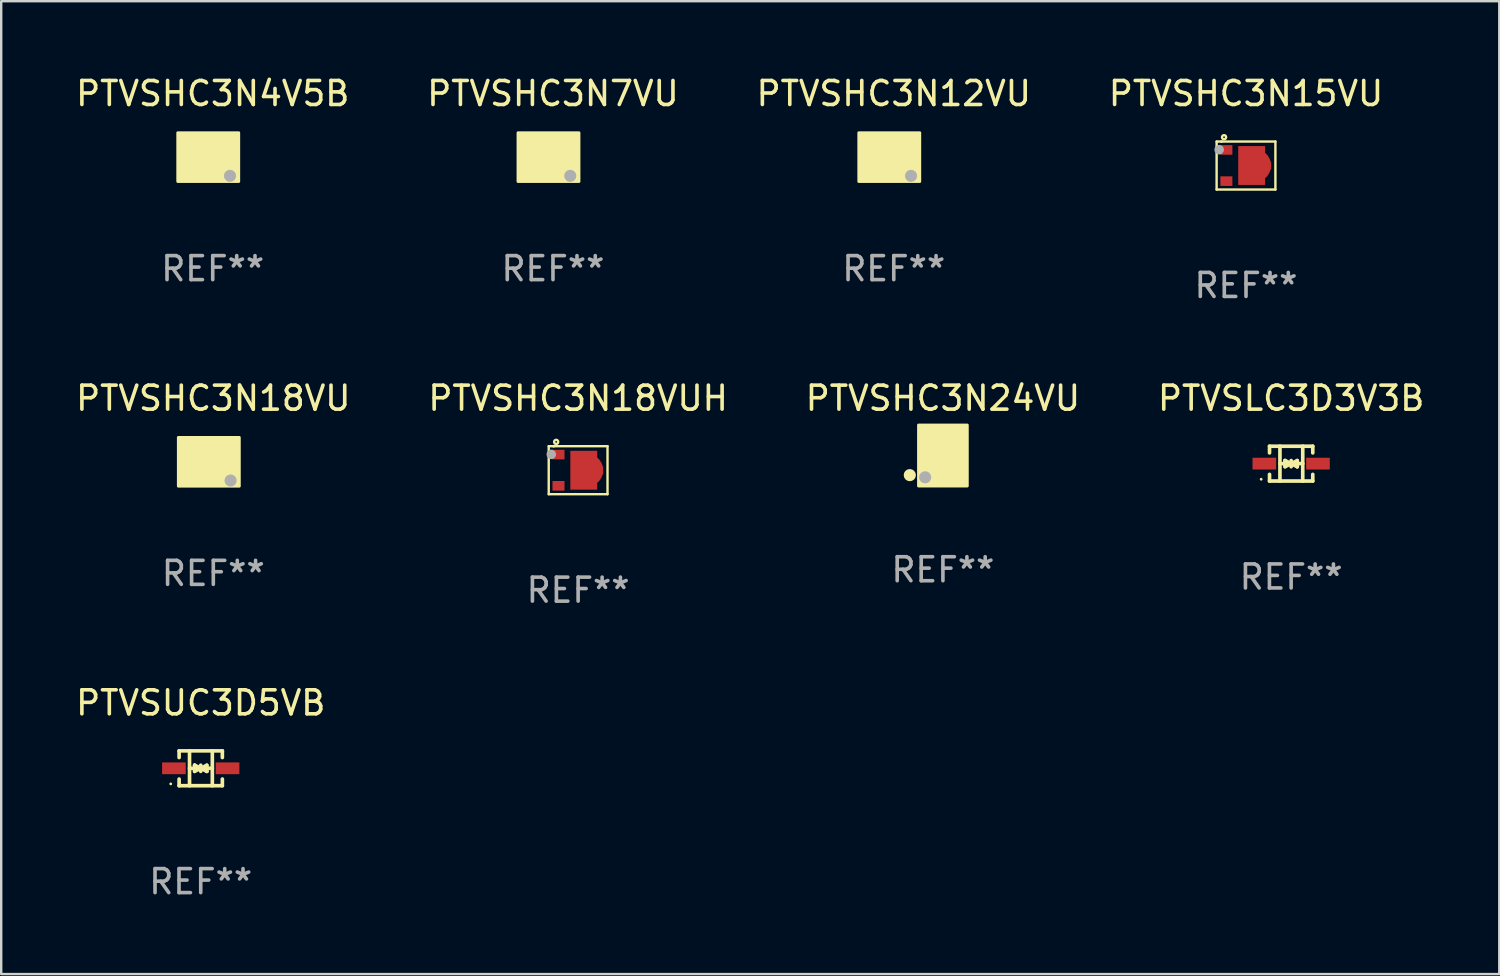
<source format=kicad_pcb>
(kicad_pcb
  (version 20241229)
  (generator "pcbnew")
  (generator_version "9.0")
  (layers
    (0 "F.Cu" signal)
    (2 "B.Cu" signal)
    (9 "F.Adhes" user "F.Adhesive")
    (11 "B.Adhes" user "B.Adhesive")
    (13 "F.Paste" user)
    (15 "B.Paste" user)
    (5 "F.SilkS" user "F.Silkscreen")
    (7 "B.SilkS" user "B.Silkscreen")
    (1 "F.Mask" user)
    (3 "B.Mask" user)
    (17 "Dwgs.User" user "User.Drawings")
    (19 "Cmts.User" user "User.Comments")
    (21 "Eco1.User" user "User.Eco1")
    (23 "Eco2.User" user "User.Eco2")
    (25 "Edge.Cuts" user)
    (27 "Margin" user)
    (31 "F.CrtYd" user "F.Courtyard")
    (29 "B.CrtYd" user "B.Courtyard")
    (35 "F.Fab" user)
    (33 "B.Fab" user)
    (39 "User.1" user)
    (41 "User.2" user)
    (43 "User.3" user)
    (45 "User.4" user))
  (footprint "PTVSHC3N12VU"
    (layer "F.Cu")
    (at 34.196 3.498)
    (property "Reference" "PTVSHC3N12VU" (at 0 -2.65 0) (layer "F.SilkS") (effects (font (size 1 1) (thickness 0.15))))
    (attr through_hole)
    (fp_circle (center 0.775 1) (end 0.805 1) (stroke (width 0.06) (type solid)) (fill no) (layer "F.SilkS"))
    (fp_poly (pts (xy -1.457 -1.016) (xy 1.083 -1.016) (xy 1.083 1.016) (xy -1.457 1.016)) (stroke (width 0.12) (type solid)) (fill yes) (layer "F.SilkS"))
    (fp_circle (center 0.72 0.78) (end 0.847 0.78) (stroke (width 0.254) (type solid)) (fill no) (layer "F.Fab"))
    (fp_text user "REF**" (at 0 4.65 0) (layer "F.Fab") (effects (font (size 1 1) (thickness 0.15))))
    (pad "1" smd rect (at 0.575 0.65 270) (size 0.4 0.5) (layers "F.Cu" "F.Mask" "F.Paste"))
    (pad "2" smd rect (at 0.575 -0.65 270) (size 0.4 0.5) (layers "F.Cu" "F.Mask" "F.Paste"))
    (pad "3" smd rect (at -0.575 0 270) (size 1.6 1.4) (layers "F.Cu" "F.Mask" "F.Paste")))
  (footprint "PTVSUC3D5VB"
    (layer "F.Cu")
    (at 5.315 28.967)
    (property "Reference" "PTVSUC3D5VB" (at 0 -2.726 0) (layer "F.SilkS") (effects (font (size 1 1) (thickness 0.15))))
    (attr through_hole)
    (fp_line (start -0.901 -0.726) (end -0.901 -0.448) (stroke (width 0.152) (type solid)) (layer "F.SilkS"))
    (fp_line (start -0.901 0.726) (end -0.901 0.448) (stroke (width 0.152) (type solid)) (layer "F.SilkS"))
    (fp_line (start -0.467 0) (end 0.483 -0.003) (stroke (width 0.154) (type solid)) (layer "F.SilkS"))
    (fp_line (start -0.467 0.726) (end -0.467 -0.726) (stroke (width 0.152) (type solid)) (layer "F.SilkS"))
    (fp_line (start -0.254 -0.127) (end -0.254 -0.127) (stroke (width 0.154) (type solid)) (layer "F.SilkS"))
    (fp_line (start -0.254 -0.127) (end -0.002 -0.003) (stroke (width 0.154) (type solid)) (layer "F.SilkS"))
    (fp_line (start -0.254 0.127) (end -0.254 -0.127) (stroke (width 0.154) (type solid)) (layer "F.SilkS"))
    (fp_line (start -0.127 0) (end 0.003 0) (stroke (width 0.154) (type solid)) (layer "F.SilkS"))
    (fp_line (start -0.003 0) (end -0.254 0.127) (stroke (width 0.154) (type solid)) (layer "F.SilkS"))
    (fp_line (start 0 -0.127) (end 0 0.127) (stroke (width 0.154) (type solid)) (layer "F.SilkS"))
    (fp_line (start 0.003 0) (end 0.254 -0.127) (stroke (width 0.154) (type solid)) (layer "F.SilkS"))
    (fp_line (start 0.127 0) (end -0.003 0) (stroke (width 0.154) (type solid)) (layer "F.SilkS"))
    (fp_line (start 0.254 -0.127) (end 0.254 0.127) (stroke (width 0.154) (type solid)) (layer "F.SilkS"))
    (fp_line (start 0.254 0.127) (end 0.002 0.003) (stroke (width 0.154) (type solid)) (layer "F.SilkS"))
    (fp_line (start 0.254 0.127) (end 0.254 0.127) (stroke (width 0.154) (type solid)) (layer "F.SilkS"))
    (fp_line (start 0.483 0.726) (end 0.483 -0.726) (stroke (width 0.152) (type solid)) (layer "F.SilkS"))
    (fp_line (start 0.901 -0.726) (end -0.901 -0.726) (stroke (width 0.152) (type solid)) (layer "F.SilkS"))
    (fp_line (start 0.901 -0.726) (end 0.901 -0.448) (stroke (width 0.152) (type solid)) (layer "F.SilkS"))
    (fp_line (start 0.901 0.726) (end -0.901 0.726) (stroke (width 0.152) (type solid)) (layer "F.SilkS"))
    (fp_line (start 0.901 0.726) (end 0.901 0.448) (stroke (width 0.152) (type solid)) (layer "F.SilkS"))
    (fp_circle (center -1.25 0.65) (end -1.22 0.65) (stroke (width 0.06) (type solid)) (fill no) (layer "F.SilkS"))
    (fp_text user "REF**" (at 0 4.726 0) (layer "F.Fab") (effects (font (size 1 1) (thickness 0.15))))
    (pad "1" smd rect (at -1.118 0) (size 0.985 0.49) (layers "F.Cu" "F.Mask" "F.Paste"))
    (pad "2" smd rect (at 1.118 0) (size 0.985 0.49) (layers "F.Cu" "F.Mask" "F.Paste")))
  (footprint "PTVSHC3N18VU"
    (layer "F.Cu")
    (at 5.839 16.195)
    (property "Reference" "PTVSHC3N18VU" (at 0 -2.65 0) (layer "F.SilkS") (effects (font (size 1 1) (thickness 0.15))))
    (attr through_hole)
    (fp_circle (center 0.775 1) (end 0.805 1) (stroke (width 0.06) (type solid)) (fill no) (layer "F.SilkS"))
    (fp_poly (pts (xy -1.457 -1.016) (xy 1.083 -1.016) (xy 1.083 1.016) (xy -1.457 1.016)) (stroke (width 0.12) (type solid)) (fill yes) (layer "F.SilkS"))
    (fp_circle (center 0.72 0.78) (end 0.847 0.78) (stroke (width 0.254) (type solid)) (fill no) (layer "F.Fab"))
    (fp_text user "REF**" (at 0 4.65 0) (layer "F.Fab") (effects (font (size 1 1) (thickness 0.15))))
    (pad "1" smd rect (at 0.575 0.65 270) (size 0.4 0.5) (layers "F.Cu" "F.Mask" "F.Paste"))
    (pad "2" smd rect (at 0.575 -0.65 270) (size 0.4 0.5) (layers "F.Cu" "F.Mask" "F.Paste"))
    (pad "3" smd rect (at -0.575 0 270) (size 1.6 1.4) (layers "F.Cu" "F.Mask" "F.Paste")))
  (footprint "PTVSHC3N24VU"
    (layer "F.Cu")
    (at 36.244 16.12)
    (property "Reference" "PTVSHC3N24VU" (at 0 -2.575 0) (layer "F.SilkS") (effects (font (size 1 1) (thickness 0.15))))
    (attr through_hole)
    (fp_circle (center -1.38 0.63) (end -1.253 0.63) (stroke (width 0.254) (type solid)) (fill no) (layer "F.SilkS"))
    (fp_circle (center -1 0.77) (end -0.97 0.77) (stroke (width 0.06) (type solid)) (fill no) (layer "F.SilkS"))
    (fp_poly (pts (xy -1.016 -1.457) (xy 1.016 -1.457) (xy 1.016 1.083) (xy -1.016 1.083)) (stroke (width 0.12) (type solid)) (fill yes) (layer "F.SilkS"))
    (fp_circle (center -0.74 0.72) (end -0.613 0.72) (stroke (width 0.254) (type solid)) (fill no) (layer "F.Fab"))
    (fp_text user "REF**" (at 0 4.575 0) (layer "F.Fab") (effects (font (size 1 1) (thickness 0.15))))
    (pad "1" smd rect (at -0.65 0.575 180) (size 0.4 0.5) (layers "F.Cu" "F.Mask" "F.Paste"))
    (pad "2" smd rect (at 0.65 0.575 180) (size 0.4 0.5) (layers "F.Cu" "F.Mask" "F.Paste"))
    (pad "3" smd rect (at 0 -0.575 180) (size 1.6 1.4) (layers "F.Cu" "F.Mask" "F.Paste")))
  (footprint "PTVSHC3N4V5B"
    (layer "F.Cu")
    (at 5.815 3.498)
    (property "Reference" "PTVSHC3N4V5B" (at 0 -2.65 0) (layer "F.SilkS") (effects (font (size 1 1) (thickness 0.15))))
    (attr through_hole)
    (fp_circle (center 0.775 1) (end 0.805 1) (stroke (width 0.06) (type solid)) (fill no) (layer "F.SilkS"))
    (fp_poly (pts (xy -1.457 -1.016) (xy 1.083 -1.016) (xy 1.083 1.016) (xy -1.457 1.016)) (stroke (width 0.12) (type solid)) (fill yes) (layer "F.SilkS"))
    (fp_circle (center 0.72 0.78) (end 0.847 0.78) (stroke (width 0.254) (type solid)) (fill no) (layer "F.Fab"))
    (fp_text user "REF**" (at 0 4.65 0) (layer "F.Fab") (effects (font (size 1 1) (thickness 0.15))))
    (pad "1" smd rect (at 0.575 0.65 270) (size 0.4 0.5) (layers "F.Cu" "F.Mask" "F.Paste"))
    (pad "2" smd rect (at 0.575 -0.65 270) (size 0.4 0.5) (layers "F.Cu" "F.Mask" "F.Paste"))
    (pad "3" smd rect (at -0.575 0 270) (size 1.6 1.4) (layers "F.Cu" "F.Mask" "F.Paste")))
  (footprint "PTVSLC3D3V3B"
    (layer "F.Cu")
    (at 50.756 16.271)
    (property "Reference" "PTVSLC3D3V3B" (at 0 -2.726 0) (layer "F.SilkS") (effects (font (size 1 1) (thickness 0.15))))
    (attr through_hole)
    (fp_line (start -0.901 -0.726) (end -0.901 -0.448) (stroke (width 0.152) (type solid)) (layer "F.SilkS"))
    (fp_line (start -0.901 0.726) (end -0.901 0.448) (stroke (width 0.152) (type solid)) (layer "F.SilkS"))
    (fp_line (start -0.467 0) (end 0.483 -0.003) (stroke (width 0.154) (type solid)) (layer "F.SilkS"))
    (fp_line (start -0.467 0.726) (end -0.467 -0.726) (stroke (width 0.152) (type solid)) (layer "F.SilkS"))
    (fp_line (start -0.254 -0.127) (end -0.254 -0.127) (stroke (width 0.154) (type solid)) (layer "F.SilkS"))
    (fp_line (start -0.254 -0.127) (end -0.002 -0.003) (stroke (width 0.154) (type solid)) (layer "F.SilkS"))
    (fp_line (start -0.254 0.127) (end -0.254 -0.127) (stroke (width 0.154) (type solid)) (layer "F.SilkS"))
    (fp_line (start -0.127 0) (end 0.003 0) (stroke (width 0.154) (type solid)) (layer "F.SilkS"))
    (fp_line (start -0.003 0) (end -0.254 0.127) (stroke (width 0.154) (type solid)) (layer "F.SilkS"))
    (fp_line (start 0 -0.127) (end 0 0.127) (stroke (width 0.154) (type solid)) (layer "F.SilkS"))
    (fp_line (start 0.003 0) (end 0.254 -0.127) (stroke (width 0.154) (type solid)) (layer "F.SilkS"))
    (fp_line (start 0.127 0) (end -0.003 0) (stroke (width 0.154) (type solid)) (layer "F.SilkS"))
    (fp_line (start 0.254 -0.127) (end 0.254 0.127) (stroke (width 0.154) (type solid)) (layer "F.SilkS"))
    (fp_line (start 0.254 0.127) (end 0.002 0.003) (stroke (width 0.154) (type solid)) (layer "F.SilkS"))
    (fp_line (start 0.254 0.127) (end 0.254 0.127) (stroke (width 0.154) (type solid)) (layer "F.SilkS"))
    (fp_line (start 0.483 0.726) (end 0.483 -0.726) (stroke (width 0.152) (type solid)) (layer "F.SilkS"))
    (fp_line (start 0.901 -0.726) (end -0.901 -0.726) (stroke (width 0.152) (type solid)) (layer "F.SilkS"))
    (fp_line (start 0.901 -0.726) (end 0.901 -0.448) (stroke (width 0.152) (type solid)) (layer "F.SilkS"))
    (fp_line (start 0.901 0.726) (end -0.901 0.726) (stroke (width 0.152) (type solid)) (layer "F.SilkS"))
    (fp_line (start 0.901 0.726) (end 0.901 0.448) (stroke (width 0.152) (type solid)) (layer "F.SilkS"))
    (fp_circle (center -1.25 0.65) (end -1.22 0.65) (stroke (width 0.06) (type solid)) (fill no) (layer "F.SilkS"))
    (fp_text user "REF**" (at 0 4.726 0) (layer "F.Fab") (effects (font (size 1 1) (thickness 0.15))))
    (pad "1" smd rect (at -1.118 0) (size 0.985 0.49) (layers "F.Cu" "F.Mask" "F.Paste"))
    (pad "2" smd rect (at 1.118 0) (size 0.985 0.49) (layers "F.Cu" "F.Mask" "F.Paste")))
  (footprint "PTVSHC3N7VU"
    (layer "F.Cu")
    (at 19.994 3.498)
    (property "Reference" "PTVSHC3N7VU" (at 0 -2.65 0) (layer "F.SilkS") (effects (font (size 1 1) (thickness 0.15))))
    (attr through_hole)
    (fp_circle (center 0.775 1) (end 0.805 1) (stroke (width 0.06) (type solid)) (fill no) (layer "F.SilkS"))
    (fp_poly (pts (xy -1.457 -1.016) (xy 1.083 -1.016) (xy 1.083 1.016) (xy -1.457 1.016)) (stroke (width 0.12) (type solid)) (fill yes) (layer "F.SilkS"))
    (fp_circle (center 0.72 0.78) (end 0.847 0.78) (stroke (width 0.254) (type solid)) (fill no) (layer "F.Fab"))
    (fp_text user "REF**" (at 0 4.65 0) (layer "F.Fab") (effects (font (size 1 1) (thickness 0.15))))
    (pad "1" smd rect (at 0.575 0.65 270) (size 0.4 0.5) (layers "F.Cu" "F.Mask" "F.Paste"))
    (pad "2" smd rect (at 0.575 -0.65 270) (size 0.4 0.5) (layers "F.Cu" "F.Mask" "F.Paste"))
    (pad "3" smd rect (at -0.575 0 270) (size 1.6 1.4) (layers "F.Cu" "F.Mask" "F.Paste")))
  (footprint "PTVSHC3N15VU"
    (layer "F.Cu")
    (at 48.875 3.848)
    (property "Reference" "PTVSHC3N15VU" (at 0 -3 0) (layer "F.SilkS") (effects (font (size 1 1) (thickness 0.15))))
    (attr through_hole)
    (fp_line (start -1.225 -1) (end -1.225 1) (stroke (width 0.1) (type solid)) (layer "F.SilkS"))
    (fp_line (start -1.225 -1) (end 1.225 -1) (stroke (width 0.1) (type solid)) (layer "F.SilkS"))
    (fp_line (start -1.225 1) (end 1.225 1) (stroke (width 0.1) (type solid)) (layer "F.SilkS"))
    (fp_line (start 1.225 -1) (end 1.225 1) (stroke (width 0.1) (type solid)) (layer "F.SilkS"))
    (fp_circle (center -1.019 -1) (end -0.989 -1) (stroke (width 0.06) (type solid)) (fill no) (layer "F.SilkS"))
    (fp_circle (center -0.915 -1.18) (end -0.879 -1.18) (stroke (width 0.1) (type solid)) (fill no) (layer "F.SilkS"))
    (fp_circle (center -1.119 -0.66) (end -1.019 -0.66) (stroke (width 0.2) (type solid)) (fill no) (layer "F.Fab"))
    (fp_text user "REF**" (at 0 5 0) (layer "F.Fab") (effects (font (size 1 1) (thickness 0.15))))
    (pad "1" smd rect (at -0.818 -0.65) (size 0.5 0.4) (layers "F.Cu" "F.Mask" "F.Paste"))
    (pad "2" smd rect (at -0.818 0.65) (size 0.5 0.4) (layers "F.Cu" "F.Mask" "F.Paste"))
    (pad "3" smd custom (at 0.36 0) (size 1.37 1.62) (layers "F.Cu" "F.Mask" "F.Paste") (options (anchor circle)) (primitives (gr_poly (pts (xy -0.685 -0.81) (xy -0.685 0.81) (xy 0.435 0.81) (xy 0.435 0.16) (xy 0.685 0.16) (xy 0.685 -0.16) (xy 0.435 -0.16) (xy 0.435 -0.81) (xy -0.545 -0.81)) (width 0) (fill yes)))))
  (footprint "PTVSHC3N18VUH"
    (layer "F.Cu")
    (at 21.042 16.545)
    (property "Reference" "PTVSHC3N18VUH" (at 0 -3 0) (layer "F.SilkS") (effects (font (size 1 1) (thickness 0.15))))
    (attr through_hole)
    (fp_line (start -1.225 -1) (end -1.225 1) (stroke (width 0.1) (type solid)) (layer "F.SilkS"))
    (fp_line (start -1.225 -1) (end 1.225 -1) (stroke (width 0.1) (type solid)) (layer "F.SilkS"))
    (fp_line (start -1.225 1) (end 1.225 1) (stroke (width 0.1) (type solid)) (layer "F.SilkS"))
    (fp_line (start 1.225 -1) (end 1.225 1) (stroke (width 0.1) (type solid)) (layer "F.SilkS"))
    (fp_circle (center -1.019 -1) (end -0.989 -1) (stroke (width 0.06) (type solid)) (fill no) (layer "F.SilkS"))
    (fp_circle (center -0.915 -1.18) (end -0.879 -1.18) (stroke (width 0.1) (type solid)) (fill no) (layer "F.SilkS"))
    (fp_circle (center -1.119 -0.66) (end -1.019 -0.66) (stroke (width 0.2) (type solid)) (fill no) (layer "F.Fab"))
    (fp_text user "REF**" (at 0 5 0) (layer "F.Fab") (effects (font (size 1 1) (thickness 0.15))))
    (pad "1" smd rect (at -0.818 -0.65) (size 0.5 0.4) (layers "F.Cu" "F.Mask" "F.Paste"))
    (pad "2" smd rect (at -0.818 0.65) (size 0.5 0.4) (layers "F.Cu" "F.Mask" "F.Paste"))
    (pad "3" smd custom (at 0.36 0) (size 1.37 1.62) (layers "F.Cu" "F.Mask" "F.Paste") (options (anchor circle)) (primitives (gr_poly (pts (xy -0.685 -0.81) (xy -0.685 0.81) (xy 0.435 0.81) (xy 0.435 0.16) (xy 0.685 0.16) (xy 0.685 -0.16) (xy 0.435 -0.16) (xy 0.435 -0.81) (xy -0.545 -0.81)) (width 0) (fill yes)))))
  (gr_rect
    (start -3 -3)
    (end 59.429 37.542)
    (stroke (width 0.1) (type default))
    (fill no)
    (layer "Edge.Cuts")))
</source>
